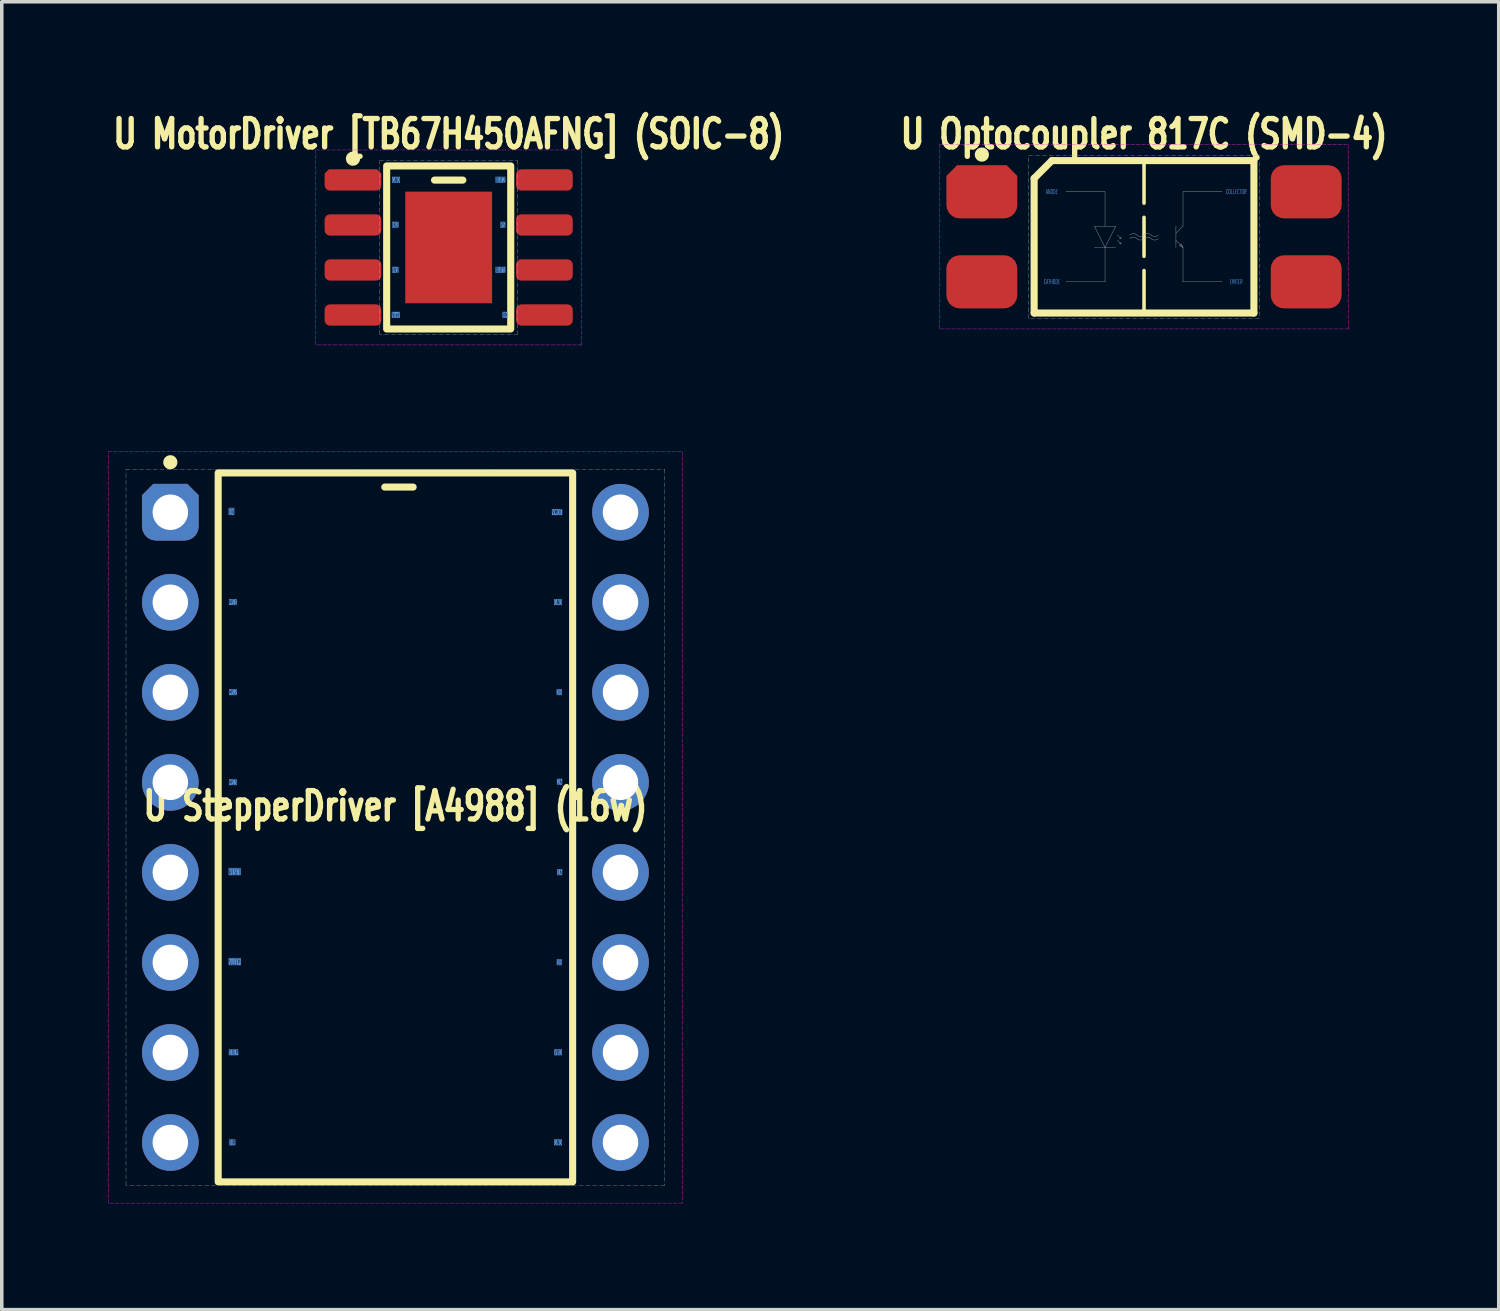
<source format=kicad_pcb>
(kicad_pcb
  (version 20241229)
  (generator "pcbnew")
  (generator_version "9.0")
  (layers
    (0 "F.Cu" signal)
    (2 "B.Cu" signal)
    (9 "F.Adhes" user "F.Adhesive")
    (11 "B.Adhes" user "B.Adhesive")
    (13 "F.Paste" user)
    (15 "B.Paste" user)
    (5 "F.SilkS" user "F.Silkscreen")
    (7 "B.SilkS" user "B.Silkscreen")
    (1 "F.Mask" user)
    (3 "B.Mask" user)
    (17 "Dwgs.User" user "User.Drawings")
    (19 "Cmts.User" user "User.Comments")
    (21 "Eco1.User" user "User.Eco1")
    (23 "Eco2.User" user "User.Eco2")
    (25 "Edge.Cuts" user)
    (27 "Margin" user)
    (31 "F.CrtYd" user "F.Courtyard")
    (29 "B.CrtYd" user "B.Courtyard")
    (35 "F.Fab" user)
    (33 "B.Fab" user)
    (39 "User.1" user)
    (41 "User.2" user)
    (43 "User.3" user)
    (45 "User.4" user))
  (footprint "U StepperDriver [A4988] (16w)"
    (layer "F.Cu")
    (at 8.105 20.291)
    (property "Reference" "U StepperDriver [A4988] (16w)" (at 0 -0.6 0) (layer "F.SilkS") (effects (font (size 0.8 0.6) (thickness 0.15) (bold yes))))
    (attr through_hole)
    (fp_line (start -0.3 -9.6) (end 0.5 -9.6) (stroke (width 0.2) (type default)) (layer "F.SilkS"))
    (fp_rect (start -5 -10) (end 5 10) (stroke (width 0.2) (type default)) (fill no) (layer "F.SilkS"))
    (fp_circle (center -6.35 -10.3) (end -6.2 -10.3) (stroke (width 0.1) (type solid)) (fill yes) (layer "F.SilkS"))
    (fp_rect (start -8.1 -10.6) (end 8.1 10.6) (stroke (width 0.01) (type dash)) (fill no) (layer "F.CrtYd"))
    (fp_rect (start -7.6 -10.1) (end 7.6 10.1) (stroke (width 0.01) (type dash_dot)) (fill no) (layer "F.Fab"))
    (fp_text user "MS2" (at -4.7 -3.81 0) (layer "Cmts.User" knockout) (effects (font (size 0.13 0.07) (thickness 0.01) (bold yes)) (justify left)))
    (fp_text user "MS3" (at -4.7 -1.27 0) (layer "Cmts.User" knockout) (effects (font (size 0.13 0.07) (thickness 0.01) (bold yes)) (justify left)))
    (fp_text user "1A" (at 4.7 1.27 0) (layer "Cmts.User" knockout) (effects (font (size 0.13 0.07) (thickness 0.01) (bold yes)) (justify right)))
    (fp_text user "~{EN}" (at -4.7 -8.89 0) (layer "Cmts.User" knockout) (effects (font (size 0.13 0.07) (thickness 0.01) (bold yes)) (justify left)))
    (fp_text user "MS1" (at -4.7 -6.35 0) (layer "Cmts.User" knockout) (effects (font (size 0.13 0.07) (thickness 0.01) (bold yes)) (justify left)))
    (fp_text user "DIR" (at -4.7 8.89 0) (layer "Cmts.User" knockout) (effects (font (size 0.13 0.07) (thickness 0.01) (bold yes)) (justify left)))
    (fp_text user "2B" (at 4.7 -3.81 0) (layer "Cmts.User" knockout) (effects (font (size 0.13 0.07) (thickness 0.01) (bold yes)) (justify right)))
    (fp_text user "2A" (at 4.7 -1.28 0) (layer "Cmts.User" knockout) (effects (font (size 0.13 0.07) (thickness 0.01) (bold yes)) (justify right)))
    (fp_text user "~{RESET}" (at -4.7 1.27 0) (layer "Cmts.User" knockout) (effects (font (size 0.13 0.07) (thickness 0.01) (bold yes)) (justify left)))
    (fp_text user "GND" (at 4.7 8.89 0) (layer "Cmts.User" knockout) (effects (font (size 0.13 0.07) (thickness 0.01) (bold yes)) (justify right)))
    (fp_text user "~{SLEEP}" (at -4.7 3.81 0) (layer "Cmts.User" knockout) (effects (font (size 0.13 0.07) (thickness 0.01) (bold yes)) (justify left)))
    (fp_text user "GND" (at 4.7 -6.35 0) (layer "Cmts.User" knockout) (effects (font (size 0.13 0.07) (thickness 0.01) (bold yes)) (justify right)))
    (fp_text user "VDD" (at 4.7 6.35 0) (layer "Cmts.User" knockout) (effects (font (size 0.13 0.07) (thickness 0.01) (bold yes)) (justify right)))
    (fp_text user "1B" (at 4.7 3.81 0) (layer "Cmts.User" knockout) (effects (font (size 0.13 0.07) (thickness 0.01) (bold yes)) (justify right)))
    (fp_text user "STEP" (at -4.7 6.35 0) (layer "Cmts.User" knockout) (effects (font (size 0.13 0.07) (thickness 0.01) (bold yes)) (justify left)))
    (fp_text user "VMOT" (at 4.7 -8.89 0) (layer "Cmts.User" knockout) (effects (font (size 0.13 0.07) (thickness 0.01) (bold yes)) (justify right)))
    (pad "1" thru_hole roundrect (at -6.35 -8.89) (size 1.6 1.6) (drill 1) (layers "*.Cu" "B.Mask") (roundrect_rratio 0.25) (chamfer_ratio 0.2) (chamfer top_left top_right))
    (pad "2" thru_hole circle (at -6.35 -6.35) (size 1.6 1.6) (drill 1) (layers "*.Cu" "B.Mask"))
    (pad "3" thru_hole circle (at -6.35 -3.81) (size 1.6 1.6) (drill 1) (layers "*.Cu" "B.Mask"))
    (pad "4" thru_hole circle (at -6.35 -1.27) (size 1.6 1.6) (drill 1) (layers "*.Cu" "B.Mask"))
    (pad "5" thru_hole circle (at -6.35 1.27) (size 1.6 1.6) (drill 1) (layers "*.Cu" "B.Mask"))
    (pad "6" thru_hole circle (at -6.35 3.81) (size 1.6 1.6) (drill 1) (layers "*.Cu" "B.Mask"))
    (pad "7" thru_hole circle (at -6.35 6.35) (size 1.6 1.6) (drill 1) (layers "*.Cu" "B.Mask"))
    (pad "8" thru_hole circle (at -6.35 8.89) (size 1.6 1.6) (drill 1) (layers "*.Cu" "B.Mask"))
    (pad "9" thru_hole circle (at 6.35 8.89) (size 1.6 1.6) (drill 1) (layers "*.Cu" "B.Mask"))
    (pad "10" thru_hole circle (at 6.35 6.35) (size 1.6 1.6) (drill 1) (layers "*.Cu" "B.Mask"))
    (pad "11" thru_hole circle (at 6.35 3.81) (size 1.6 1.6) (drill 1) (layers "*.Cu" "B.Mask"))
    (pad "12" thru_hole circle (at 6.35 1.27) (size 1.6 1.6) (drill 1) (layers "*.Cu" "B.Mask"))
    (pad "13" thru_hole circle (at 6.35 -1.27) (size 1.6 1.6) (drill 1) (layers "*.Cu" "B.Mask"))
    (pad "14" thru_hole circle (at 6.35 -3.81) (size 1.6 1.6) (drill 1) (layers "*.Cu" "B.Mask"))
    (pad "15" thru_hole circle (at 6.35 -6.35) (size 1.6 1.6) (drill 1) (layers "*.Cu" "B.Mask"))
    (pad "16" thru_hole circle (at 6.35 -8.89) (size 1.6 1.6) (drill 1) (layers "*.Cu" "B.Mask")))
  (footprint "U MotorDriver [TB67H450AFNG] (SOIC-8)"
    (layer "F.Cu")
    (at 9.608 3.931)
    (property "Reference" "U MotorDriver [TB67H450AFNG] (SOIC-8)" (at 0 -3.2 0) (layer "F.SilkS") (effects (font (size 0.8 0.6) (thickness 0.15))))
    (attr smd)
    (fp_line (start -0.4 -1.9) (end 0.4 -1.9) (stroke (width 0.2) (type default)) (layer "F.SilkS"))
    (fp_rect (start -1.75 -2.3) (end 1.75 2.3) (stroke (width 0.2) (type default)) (fill no) (layer "F.SilkS"))
    (fp_circle (center -2.7 -2.505) (end -2.55 -2.505) (stroke (width 0.1) (type solid)) (fill yes) (layer "F.SilkS"))
    (fp_rect (start -3.75 -2.75) (end 3.75 2.75) (stroke (width 0.01) (type dash)) (fill no) (layer "F.CrtYd"))
    (fp_rect (start -1.95 -2.45) (end 1.95 2.45) (stroke (width 0.01) (type dash_dot)) (fill no) (layer "F.Fab"))
    (fp_text user "RS" (at 1.6 -0.635 0) (layer "Cmts.User" knockout) (effects (font (size 0.13 0.07) (thickness 0.01)) (justify right)))
    (fp_text user "VM" (at 1.6 1.905 0) (layer "Cmts.User" knockout) (effects (font (size 0.13 0.07) (thickness 0.01))))
    (fp_text user "OUT2" (at 1.6 -1.905 0) (layer "Cmts.User" knockout) (effects (font (size 0.13 0.07) (thickness 0.01) (bold yes)) (justify right)))
    (fp_text user "GND" (at -1.6 -1.905 0) (layer "Cmts.User" knockout) (effects (font (size 0.13 0.07) (thickness 0.01) (bold yes)) (justify left)))
    (fp_text user "Vref" (at -1.6 1.905 0) (layer "Cmts.User" knockout) (effects (font (size 0.13 0.07) (thickness 0.01)) (justify left)))
    (fp_text user "IN1" (at -1.6 0.635 0) (layer "Cmts.User" knockout) (effects (font (size 0.13 0.07) (thickness 0.01)) (justify left)))
    (fp_text user "IN2" (at -1.6 -0.635 0) (layer "Cmts.User" knockout) (effects (font (size 0.13 0.07) (thickness 0.01)) (justify left)))
    (fp_text user "OUT1" (at 1.6 0.635 0) (layer "Cmts.User" knockout) (effects (font (size 0.13 0.07) (thickness 0.01)) (justify right)))
    (pad "1" smd roundrect (at -2.7 -1.905) (size 1.6 0.6) (layers "F.Cu" "F.Mask" "F.Paste") (roundrect_rratio 0.25) (chamfer_ratio 0.2) (chamfer top_left top_right))
    (pad "2" smd roundrect (at -2.7 -0.635) (size 1.6 0.6) (layers "F.Cu" "F.Mask" "F.Paste") (roundrect_rratio 0.25))
    (pad "3" smd roundrect (at -2.7 0.635) (size 1.6 0.6) (layers "F.Cu" "F.Mask" "F.Paste") (roundrect_rratio 0.25))
    (pad "4" smd roundrect (at -2.7 1.905) (size 1.6 0.6) (layers "F.Cu" "F.Mask" "F.Paste") (roundrect_rratio 0.25))
    (pad "5" smd roundrect (at 2.7 1.905) (size 1.6 0.6) (layers "F.Cu" "F.Mask" "F.Paste") (roundrect_rratio 0.25))
    (pad "6" smd roundrect (at 2.7 0.635) (size 1.6 0.6) (layers "F.Cu" "F.Mask" "F.Paste") (roundrect_rratio 0.25))
    (pad "7" smd roundrect (at 2.7 -0.635) (size 1.6 0.6) (layers "F.Cu" "F.Mask" "F.Paste") (roundrect_rratio 0.25))
    (pad "8" smd roundrect (at 2.7 -1.905) (size 1.6 0.6) (layers "F.Cu" "F.Mask" "F.Paste") (roundrect_rratio 0.25))
    (pad "9" smd rect (at 0 0) (size 2.45 3.15) (layers "F.Cu" "F.Mask" "F.Paste")))
  (footprint "U Optocoupler 817C (SMD-4)"
    (layer "F.Cu")
    (at 29.224 3.631)
    (property "Reference" "U Optocoupler 817C (SMD-4)" (at 0 -2.9 0) (unlocked yes) (layer "F.SilkS") (effects (font (size 0.8 0.6) (thickness 0.15))))
    (attr smd)
    (fp_line (start -3.1 -1.65) (end -2.6 -2.15) (stroke (width 0.2) (type default)) (layer "F.SilkS"))
    (fp_line (start -3.1 2.15) (end -3.1 -1.65) (stroke (width 0.2) (type default)) (layer "F.SilkS"))
    (fp_line (start -2.6 -2.15) (end 3.1 -2.15) (stroke (width 0.2) (type default)) (layer "F.SilkS"))
    (fp_line (start 0 2.05) (end 0 -2.05) (stroke (width 0.1) (type dash)) (layer "F.SilkS"))
    (fp_line (start 3.1 -2.15) (end 3.1 2.15) (stroke (width 0.2) (type default)) (layer "F.SilkS"))
    (fp_line (start 3.1 2.15) (end -3.1 2.15) (stroke (width 0.2) (type default)) (layer "F.SilkS"))
    (fp_circle (center -4.575 -2.32) (end -4.425 -2.32) (stroke (width 0.1) (type solid)) (fill yes) (layer "F.SilkS"))
    (fp_rect (start -5.775 -2.6) (end 5.775 2.6) (stroke (width 0.01) (type dash)) (fill no) (layer "F.CrtYd"))
    (fp_line (start -2.2 -1.27) (end -1.1 -1.27) (stroke (width 0.01) (type default)) (layer "F.Fab"))
    (fp_line (start -2.2 1.27) (end -1.1 1.27) (stroke (width 0.01) (type default)) (layer "F.Fab"))
    (fp_line (start -1.4 -0.3) (end -1.1 0.3) (stroke (width 0.01) (type default)) (layer "F.Fab"))
    (fp_line (start -1.4 -0.3) (end -0.8 -0.3) (stroke (width 0.01) (type default)) (layer "F.Fab"))
    (fp_line (start -1.4 0.3) (end -0.8 0.3) (stroke (width 0.01) (type default)) (layer "F.Fab"))
    (fp_line (start -1.1 -1.27) (end -1.1 -0.3) (stroke (width 0.01) (type default)) (layer "F.Fab"))
    (fp_line (start -1.1 0.3) (end -1.1 1.27) (stroke (width 0.01) (type default)) (layer "F.Fab"))
    (fp_line (start -0.8 -0.3) (end -1.1 0.3) (stroke (width 0.01) (type default)) (layer "F.Fab"))
    (fp_line (start -0.75 -0.05) (end -0.65 0.05) (stroke (width 0.01) (type default)) (layer "F.Fab"))
    (fp_line (start -0.75 0.1) (end -0.65 0.2) (stroke (width 0.01) (type default)) (layer "F.Fab"))
    (fp_line (start -0.7 0.05) (end -0.65 0.05) (stroke (width 0.01) (type default)) (layer "F.Fab"))
    (fp_line (start -0.7 0.2) (end -0.65 0.2) (stroke (width 0.01) (type default)) (layer "F.Fab"))
    (fp_line (start -0.65 0.05) (end -0.65 0) (stroke (width 0.01) (type default)) (layer "F.Fab"))
    (fp_line (start -0.65 0.2) (end -0.65 0.15) (stroke (width 0.01) (type default)) (layer "F.Fab"))
    (fp_line (start 0.9 -0.3) (end 0.9 0.3) (stroke (width 0.01) (type default)) (layer "F.Fab"))
    (fp_line (start 0.9 -0.1) (end 1.1 -0.3) (stroke (width 0.01) (type default)) (layer "F.Fab"))
    (fp_line (start 0.9 0.1) (end 1.1 0.3) (stroke (width 0.01) (type default)) (layer "F.Fab"))
    (fp_line (start 1.1 -1.27) (end 1.1 -0.3) (stroke (width 0.01) (type default)) (layer "F.Fab"))
    (fp_line (start 1.1 0.3) (end 1.1 1.27) (stroke (width 0.01) (type default)) (layer "F.Fab"))
    (fp_line (start 2.2 -1.27) (end 1.1 -1.27) (stroke (width 0.01) (type default)) (layer "F.Fab"))
    (fp_line (start 2.2 1.27) (end 1.1 1.27) (stroke (width 0.01) (type default)) (layer "F.Fab"))
    (fp_rect (start -3.25 -2.3) (end 3.25 2.3) (stroke (width 0.01) (type dash_dot)) (fill no) (layer "F.Fab"))
    (fp_arc (start -0.4 -0.05) (mid -0.3 -0.091421) (end -0.2 -0.05) (stroke (width 0.01) (type default)) (layer "F.Fab"))
    (fp_arc (start -0.4 0.05) (mid -0.3 0.008579) (end -0.2 0.05) (stroke (width 0.01) (type default)) (layer "F.Fab"))
    (fp_arc (start 0 -0.05) (mid -0.1 -0.008579) (end -0.2 -0.05) (stroke (width 0.01) (type default)) (layer "F.Fab"))
    (fp_arc (start 0 -0.05) (mid 0.1 -0.091421) (end 0.2 -0.05) (stroke (width 0.01) (type default)) (layer "F.Fab"))
    (fp_arc (start 0 0.05) (mid -0.1 0.091421) (end -0.2 0.05) (stroke (width 0.01) (type default)) (layer "F.Fab"))
    (fp_arc (start 0 0.05) (mid 0.1 0.008579) (end 0.2 0.05) (stroke (width 0.01) (type default)) (layer "F.Fab"))
    (fp_arc (start 0.4 -0.05) (mid 0.3 -0.008579) (end 0.2 -0.05) (stroke (width 0.01) (type default)) (layer "F.Fab"))
    (fp_arc (start 0.4 0.05) (mid 0.3 0.091421) (end 0.2 0.05) (stroke (width 0.01) (type default)) (layer "F.Fab"))
    (fp_poly (pts (xy 1.05 0.2) (xy 1.1 0.3) (xy 1 0.25)) (stroke (width 0.01) (type solid)) (fill no) (layer "F.Fab"))
    (fp_text user "ANODE" (at -2.6 -1.27 0) (layer "Cmts.User") (effects (font (size 0.13 0.07) (thickness 0.01))))
    (fp_text user "EMITER" (at 2.6 1.27 0) (layer "Cmts.User") (effects (font (size 0.13 0.07) (thickness 0.01))))
    (fp_text user "COLLECTOR" (at 2.6 -1.27 0) (layer "Cmts.User") (effects (font (size 0.13 0.07) (thickness 0.01))))
    (fp_text user "CATHODE" (at -2.6 1.27 0) (layer "Cmts.User") (effects (font (size 0.13 0.07) (thickness 0.01))))
    (pad "1" smd roundrect (at -4.575 -1.27) (size 2 1.5) (layers "F.Cu" "F.Mask" "F.Paste") (roundrect_rratio 0.25) (chamfer_ratio 0.2) (chamfer top_left top_right))
    (pad "2" smd roundrect (at -4.575 1.27) (size 2 1.5) (layers "F.Cu" "F.Mask" "F.Paste") (roundrect_rratio 0.25))
    (pad "3" smd roundrect (at 4.575 1.27) (size 2 1.5) (layers "F.Cu" "F.Mask" "F.Paste") (roundrect_rratio 0.25))
    (pad "4" smd roundrect (at 4.575 -1.27) (size 2 1.5) (layers "F.Cu" "F.Mask" "F.Paste") (roundrect_rratio 0.25)))
  (gr_rect
    (start -3 -3)
    (end 39.231 33.896)
    (stroke (width 0.1) (type default))
    (fill no)
    (layer "Edge.Cuts")))
</source>
